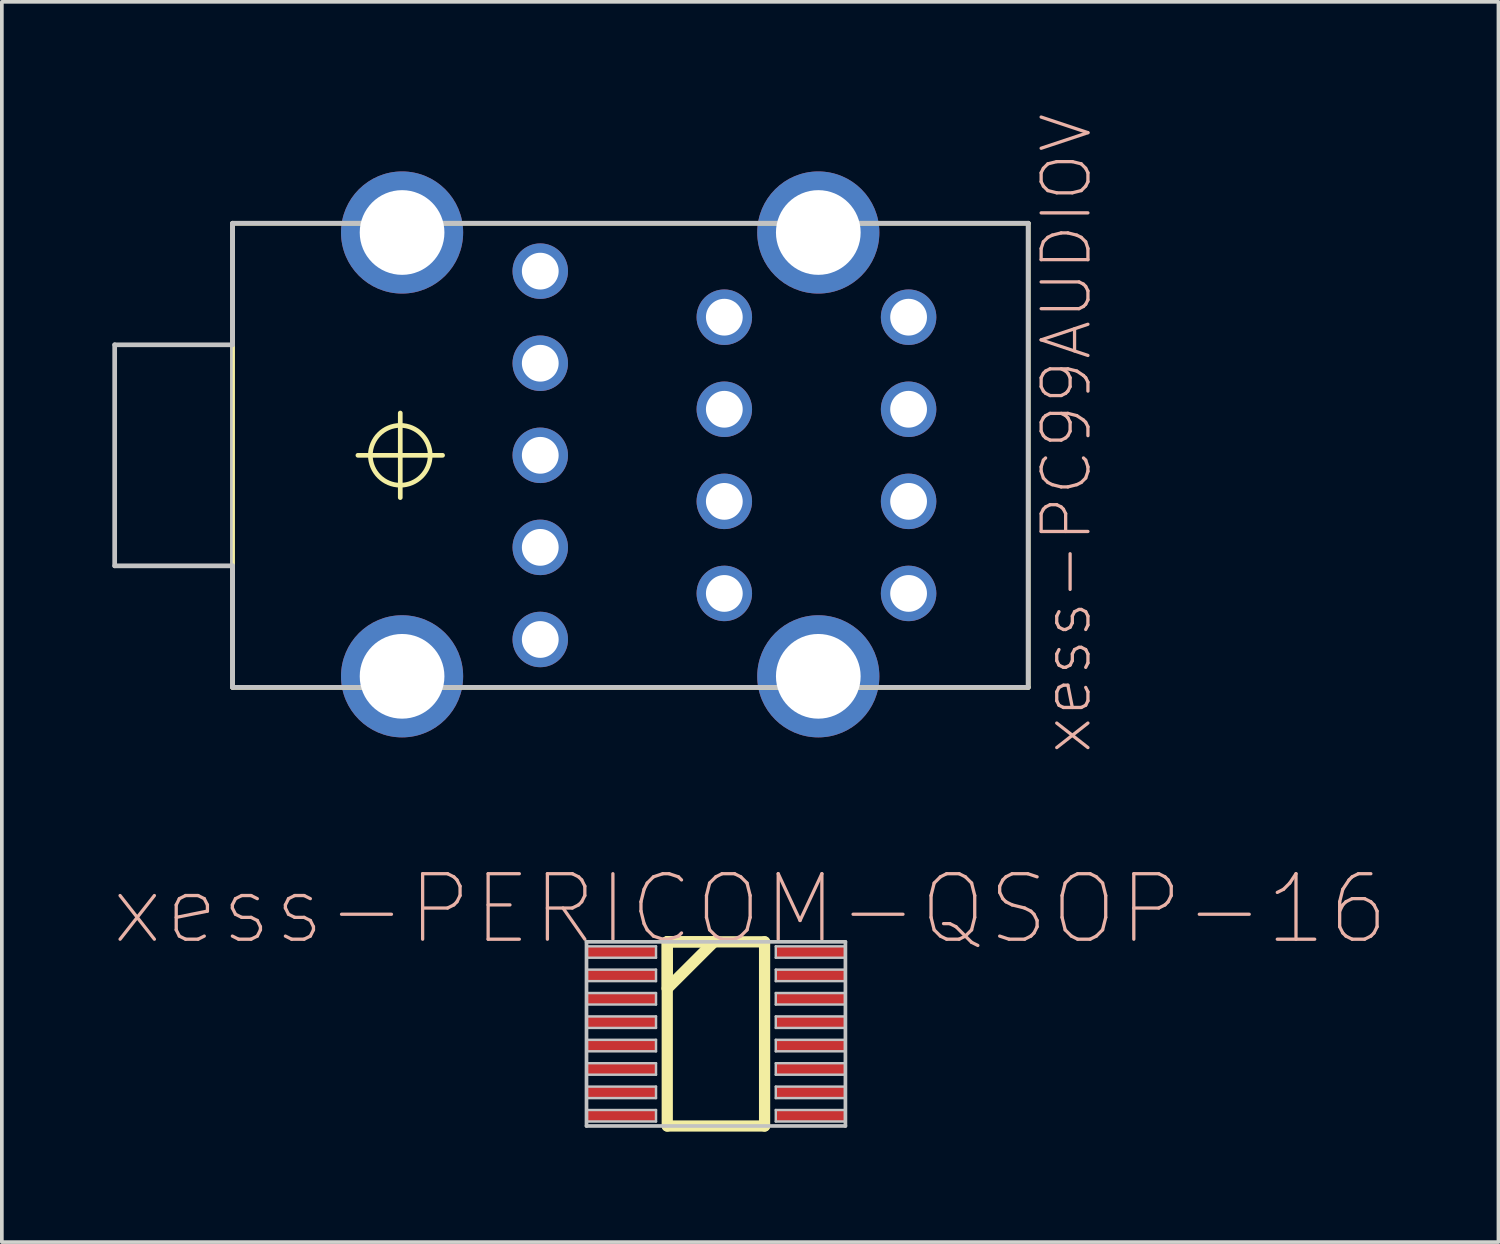
<source format=kicad_pcb>
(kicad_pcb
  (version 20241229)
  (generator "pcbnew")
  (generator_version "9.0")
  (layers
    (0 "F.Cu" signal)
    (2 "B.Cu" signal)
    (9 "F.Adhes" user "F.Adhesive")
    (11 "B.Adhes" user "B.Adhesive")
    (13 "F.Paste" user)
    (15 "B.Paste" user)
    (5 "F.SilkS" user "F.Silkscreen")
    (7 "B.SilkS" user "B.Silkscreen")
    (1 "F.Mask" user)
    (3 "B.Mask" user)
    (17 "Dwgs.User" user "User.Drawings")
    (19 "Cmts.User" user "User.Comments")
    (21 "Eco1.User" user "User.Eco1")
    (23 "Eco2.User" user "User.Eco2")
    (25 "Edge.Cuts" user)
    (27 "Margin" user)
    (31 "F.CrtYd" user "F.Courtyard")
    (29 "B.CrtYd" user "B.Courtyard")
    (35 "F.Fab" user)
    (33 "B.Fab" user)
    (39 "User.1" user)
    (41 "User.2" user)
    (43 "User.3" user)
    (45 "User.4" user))
  (footprint "xess-PERICOM-QSOP-16"
    (layer "F.Cu")
    (at 13.924 22.792)
    (property "Reference" "xess-PERICOM-QSOP-16" (at 3.388 -1.166 0) (layer "B.SilkS") (effects (font (size 1.778 1.778) (thickness 0.089))))
    (attr smd)
    (fp_line (start 1.138 -0.277) (end 1.138 0.991) (stroke (width 0.305) (type solid)) (layer "F.SilkS"))
    (fp_line (start 1.138 -0.277) (end 1.138 4.722) (stroke (width 0.305) (type solid)) (layer "F.SilkS"))
    (fp_line (start 1.138 0.991) (end 2.408 -0.277) (stroke (width 0.305) (type solid)) (layer "F.SilkS"))
    (fp_line (start 1.138 4.722) (end 3.78 4.722) (stroke (width 0.305) (type solid)) (layer "F.SilkS"))
    (fp_line (start 2.408 -0.277) (end 1.138 -0.277) (stroke (width 0.305) (type solid)) (layer "F.SilkS"))
    (fp_line (start 3.78 -0.277) (end 1.138 -0.277) (stroke (width 0.305) (type solid)) (layer "F.SilkS"))
    (fp_line (start 3.78 4.722) (end 3.78 -0.277) (stroke (width 0.305) (type solid)) (layer "F.SilkS"))
    (fp_line (start -1.054 -0.277) (end -1.054 4.722) (stroke (width 0.1) (type solid)) (layer "Dwgs.User"))
    (fp_line (start -1.054 -0.155) (end 0.833 -0.155) (stroke (width 0.066) (type solid)) (layer "Dwgs.User"))
    (fp_line (start -1.054 0.155) (end -1.054 -0.155) (stroke (width 0.066) (type solid)) (layer "Dwgs.User"))
    (fp_line (start -1.054 0.155) (end 0.833 0.155) (stroke (width 0.066) (type solid)) (layer "Dwgs.User"))
    (fp_line (start -1.054 0.478) (end 0.833 0.478) (stroke (width 0.066) (type solid)) (layer "Dwgs.User"))
    (fp_line (start -1.054 0.79) (end -1.054 0.478) (stroke (width 0.066) (type solid)) (layer "Dwgs.User"))
    (fp_line (start -1.054 0.79) (end 0.833 0.79) (stroke (width 0.066) (type solid)) (layer "Dwgs.User"))
    (fp_line (start -1.054 1.113) (end 0.833 1.113) (stroke (width 0.066) (type solid)) (layer "Dwgs.User"))
    (fp_line (start -1.054 1.425) (end -1.054 1.113) (stroke (width 0.066) (type solid)) (layer "Dwgs.User"))
    (fp_line (start -1.054 1.425) (end 0.833 1.425) (stroke (width 0.066) (type solid)) (layer "Dwgs.User"))
    (fp_line (start -1.054 1.748) (end 0.833 1.748) (stroke (width 0.066) (type solid)) (layer "Dwgs.User"))
    (fp_line (start -1.054 2.06) (end -1.054 1.748) (stroke (width 0.066) (type solid)) (layer "Dwgs.User"))
    (fp_line (start -1.054 2.06) (end 0.833 2.06) (stroke (width 0.066) (type solid)) (layer "Dwgs.User"))
    (fp_line (start -1.054 2.383) (end 0.833 2.383) (stroke (width 0.066) (type solid)) (layer "Dwgs.User"))
    (fp_line (start -1.054 2.695) (end -1.054 2.383) (stroke (width 0.066) (type solid)) (layer "Dwgs.User"))
    (fp_line (start -1.054 2.695) (end 0.833 2.695) (stroke (width 0.066) (type solid)) (layer "Dwgs.User"))
    (fp_line (start -1.054 3.018) (end 0.833 3.018) (stroke (width 0.066) (type solid)) (layer "Dwgs.User"))
    (fp_line (start -1.054 3.33) (end -1.054 3.018) (stroke (width 0.066) (type solid)) (layer "Dwgs.User"))
    (fp_line (start -1.054 3.33) (end 0.833 3.33) (stroke (width 0.066) (type solid)) (layer "Dwgs.User"))
    (fp_line (start -1.054 3.653) (end 0.833 3.653) (stroke (width 0.066) (type solid)) (layer "Dwgs.User"))
    (fp_line (start -1.054 3.965) (end -1.054 3.653) (stroke (width 0.066) (type solid)) (layer "Dwgs.User"))
    (fp_line (start -1.054 3.965) (end 0.833 3.965) (stroke (width 0.066) (type solid)) (layer "Dwgs.User"))
    (fp_line (start -1.054 4.288) (end 0.833 4.288) (stroke (width 0.066) (type solid)) (layer "Dwgs.User"))
    (fp_line (start -1.054 4.6) (end -1.054 4.288) (stroke (width 0.066) (type solid)) (layer "Dwgs.User"))
    (fp_line (start -1.054 4.6) (end 0.833 4.6) (stroke (width 0.066) (type solid)) (layer "Dwgs.User"))
    (fp_line (start -1.054 4.722) (end 5.974 4.722) (stroke (width 0.1) (type solid)) (layer "Dwgs.User"))
    (fp_line (start 0.833 0.155) (end 0.833 -0.155) (stroke (width 0.066) (type solid)) (layer "Dwgs.User"))
    (fp_line (start 0.833 0.79) (end 0.833 0.478) (stroke (width 0.066) (type solid)) (layer "Dwgs.User"))
    (fp_line (start 0.833 1.425) (end 0.833 1.113) (stroke (width 0.066) (type solid)) (layer "Dwgs.User"))
    (fp_line (start 0.833 2.06) (end 0.833 1.748) (stroke (width 0.066) (type solid)) (layer "Dwgs.User"))
    (fp_line (start 0.833 2.695) (end 0.833 2.383) (stroke (width 0.066) (type solid)) (layer "Dwgs.User"))
    (fp_line (start 0.833 3.33) (end 0.833 3.018) (stroke (width 0.066) (type solid)) (layer "Dwgs.User"))
    (fp_line (start 0.833 3.965) (end 0.833 3.653) (stroke (width 0.066) (type solid)) (layer "Dwgs.User"))
    (fp_line (start 0.833 4.6) (end 0.833 4.288) (stroke (width 0.066) (type solid)) (layer "Dwgs.User"))
    (fp_line (start 4.084 -0.155) (end 5.974 -0.155) (stroke (width 0.066) (type solid)) (layer "Dwgs.User"))
    (fp_line (start 4.084 0.155) (end 4.084 -0.155) (stroke (width 0.066) (type solid)) (layer "Dwgs.User"))
    (fp_line (start 4.084 0.155) (end 5.974 0.155) (stroke (width 0.066) (type solid)) (layer "Dwgs.User"))
    (fp_line (start 4.084 0.478) (end 5.974 0.478) (stroke (width 0.066) (type solid)) (layer "Dwgs.User"))
    (fp_line (start 4.084 0.79) (end 4.084 0.478) (stroke (width 0.066) (type solid)) (layer "Dwgs.User"))
    (fp_line (start 4.084 0.79) (end 5.974 0.79) (stroke (width 0.066) (type solid)) (layer "Dwgs.User"))
    (fp_line (start 4.084 1.113) (end 5.974 1.113) (stroke (width 0.066) (type solid)) (layer "Dwgs.User"))
    (fp_line (start 4.084 1.425) (end 4.084 1.113) (stroke (width 0.066) (type solid)) (layer "Dwgs.User"))
    (fp_line (start 4.084 1.425) (end 5.974 1.425) (stroke (width 0.066) (type solid)) (layer "Dwgs.User"))
    (fp_line (start 4.084 1.748) (end 5.974 1.748) (stroke (width 0.066) (type solid)) (layer "Dwgs.User"))
    (fp_line (start 4.084 2.06) (end 4.084 1.748) (stroke (width 0.066) (type solid)) (layer "Dwgs.User"))
    (fp_line (start 4.084 2.06) (end 5.974 2.06) (stroke (width 0.066) (type solid)) (layer "Dwgs.User"))
    (fp_line (start 4.084 2.383) (end 5.974 2.383) (stroke (width 0.066) (type solid)) (layer "Dwgs.User"))
    (fp_line (start 4.084 2.695) (end 4.084 2.383) (stroke (width 0.066) (type solid)) (layer "Dwgs.User"))
    (fp_line (start 4.084 2.695) (end 5.974 2.695) (stroke (width 0.066) (type solid)) (layer "Dwgs.User"))
    (fp_line (start 4.084 3.018) (end 5.974 3.018) (stroke (width 0.066) (type solid)) (layer "Dwgs.User"))
    (fp_line (start 4.084 3.33) (end 4.084 3.018) (stroke (width 0.066) (type solid)) (layer "Dwgs.User"))
    (fp_line (start 4.084 3.33) (end 5.974 3.33) (stroke (width 0.066) (type solid)) (layer "Dwgs.User"))
    (fp_line (start 4.084 3.653) (end 5.974 3.653) (stroke (width 0.066) (type solid)) (layer "Dwgs.User"))
    (fp_line (start 4.084 3.965) (end 4.084 3.653) (stroke (width 0.066) (type solid)) (layer "Dwgs.User"))
    (fp_line (start 4.084 3.965) (end 5.974 3.965) (stroke (width 0.066) (type solid)) (layer "Dwgs.User"))
    (fp_line (start 4.084 4.288) (end 5.974 4.288) (stroke (width 0.066) (type solid)) (layer "Dwgs.User"))
    (fp_line (start 4.084 4.6) (end 4.084 4.288) (stroke (width 0.066) (type solid)) (layer "Dwgs.User"))
    (fp_line (start 4.084 4.6) (end 5.974 4.6) (stroke (width 0.066) (type solid)) (layer "Dwgs.User"))
    (fp_line (start 5.974 -0.277) (end -1.054 -0.277) (stroke (width 0.1) (type solid)) (layer "Dwgs.User"))
    (fp_line (start 5.974 0.155) (end 5.974 -0.155) (stroke (width 0.066) (type solid)) (layer "Dwgs.User"))
    (fp_line (start 5.974 0.79) (end 5.974 0.478) (stroke (width 0.066) (type solid)) (layer "Dwgs.User"))
    (fp_line (start 5.974 1.425) (end 5.974 1.113) (stroke (width 0.066) (type solid)) (layer "Dwgs.User"))
    (fp_line (start 5.974 2.06) (end 5.974 1.748) (stroke (width 0.066) (type solid)) (layer "Dwgs.User"))
    (fp_line (start 5.974 2.695) (end 5.974 2.383) (stroke (width 0.066) (type solid)) (layer "Dwgs.User"))
    (fp_line (start 5.974 3.33) (end 5.974 3.018) (stroke (width 0.066) (type solid)) (layer "Dwgs.User"))
    (fp_line (start 5.974 3.965) (end 5.974 3.653) (stroke (width 0.066) (type solid)) (layer "Dwgs.User"))
    (fp_line (start 5.974 4.6) (end 5.974 4.288) (stroke (width 0.066) (type solid)) (layer "Dwgs.User"))
    (fp_line (start 5.974 4.722) (end 5.974 -0.277) (stroke (width 0.1) (type solid)) (layer "Dwgs.User"))
    (pad "1" smd rect (at -0.109 0) (size 1.89 0.31) (layers "F.Cu" "F.Mask" "F.Paste"))
    (pad "2" smd rect (at -0.109 0.635) (size 1.89 0.31) (layers "F.Cu" "F.Mask" "F.Paste"))
    (pad "3" smd rect (at -0.109 1.27) (size 1.89 0.31) (layers "F.Cu" "F.Mask" "F.Paste"))
    (pad "4" smd rect (at -0.109 1.905) (size 1.89 0.31) (layers "F.Cu" "F.Mask" "F.Paste"))
    (pad "5" smd rect (at -0.109 2.54) (size 1.89 0.31) (layers "F.Cu" "F.Mask" "F.Paste"))
    (pad "6" smd rect (at -0.109 3.175) (size 1.89 0.31) (layers "F.Cu" "F.Mask" "F.Paste"))
    (pad "7" smd rect (at -0.109 3.81) (size 1.89 0.31) (layers "F.Cu" "F.Mask" "F.Paste"))
    (pad "8" smd rect (at -0.109 4.445) (size 1.89 0.31) (layers "F.Cu" "F.Mask" "F.Paste"))
    (pad "9" smd rect (at 5.029 4.445) (size 1.89 0.31) (layers "F.Cu" "F.Mask" "F.Paste"))
    (pad "10" smd rect (at 5.029 3.81) (size 1.89 0.31) (layers "F.Cu" "F.Mask" "F.Paste"))
    (pad "11" smd rect (at 5.029 3.175) (size 1.89 0.31) (layers "F.Cu" "F.Mask" "F.Paste"))
    (pad "12" smd rect (at 5.029 2.54) (size 1.89 0.31) (layers "F.Cu" "F.Mask" "F.Paste"))
    (pad "13" smd rect (at 5.029 1.905) (size 1.89 0.31) (layers "F.Cu" "F.Mask" "F.Paste"))
    (pad "14" smd rect (at 5.029 1.27) (size 1.89 0.31) (layers "F.Cu" "F.Mask" "F.Paste"))
    (pad "15" smd rect (at 5.029 0.635) (size 1.89 0.31) (layers "F.Cu" "F.Mask" "F.Paste"))
    (pad "16" smd rect (at 5.029 0) (size 1.89 0.31) (layers "F.Cu" "F.Mask" "F.Paste")))
  (footprint "xess-PC99AUDIOV"
    (layer "F.Cu")
    (at 11.633 9.309)
    (property "Reference" "xess-PC99AUDIOV" (at 14.265 -0.594 90) (layer "B.SilkS") (effects (font (size 1.27 1.27) (thickness 0.089))))
    (attr exclude_from_pos_files exclude_from_bom)
    (fp_line (start -8.369 -6.299) (end 13.228 -6.299) (stroke (width 0.127) (type solid)) (layer "F.SilkS"))
    (fp_line (start -8.369 6.299) (end -8.369 -6.299) (stroke (width 0.127) (type solid)) (layer "F.SilkS"))
    (fp_line (start -4.968 0) (end -2.67 0) (stroke (width 0.127) (type solid)) (layer "F.SilkS"))
    (fp_line (start -3.818 1.148) (end -3.818 -1.148) (stroke (width 0.127) (type solid)) (layer "F.SilkS"))
    (fp_line (start 13.228 -6.299) (end 13.228 6.299) (stroke (width 0.127) (type solid)) (layer "F.SilkS"))
    (fp_line (start 13.228 6.299) (end -8.369 6.299) (stroke (width 0.127) (type solid)) (layer "F.SilkS"))
    (fp_circle (center -3.818 0) (end -4.392 0.574) (stroke (width 0.127) (type solid)) (fill no) (layer "F.SilkS"))
    (fp_line (start -11.57 -3) (end -11.57 3) (stroke (width 0.127) (type solid)) (layer "Dwgs.User"))
    (fp_line (start -11.57 3) (end -8.369 3) (stroke (width 0.127) (type solid)) (layer "Dwgs.User"))
    (fp_line (start -8.4 -6.299) (end 13.198 -6.299) (stroke (width 0.066) (type solid)) (layer "Dwgs.User"))
    (fp_line (start -8.4 6.299) (end -8.4 -6.299) (stroke (width 0.066) (type solid)) (layer "Dwgs.User"))
    (fp_line (start -8.4 6.299) (end 13.198 6.299) (stroke (width 0.066) (type solid)) (layer "Dwgs.User"))
    (fp_line (start -8.369 -6.299) (end -8.369 -3) (stroke (width 0.127) (type solid)) (layer "Dwgs.User"))
    (fp_line (start -8.369 -3) (end -11.57 -3) (stroke (width 0.127) (type solid)) (layer "Dwgs.User"))
    (fp_line (start -8.369 3) (end -8.369 6.299) (stroke (width 0.127) (type solid)) (layer "Dwgs.User"))
    (fp_line (start -8.369 6.299) (end 13.228 6.299) (stroke (width 0.127) (type solid)) (layer "Dwgs.User"))
    (fp_line (start 13.198 6.299) (end 13.198 -6.299) (stroke (width 0.066) (type solid)) (layer "Dwgs.User"))
    (fp_line (start 13.228 -6.299) (end -8.369 -6.299) (stroke (width 0.127) (type solid)) (layer "Dwgs.User"))
    (fp_line (start 13.228 6.299) (end 13.228 -6.299) (stroke (width 0.127) (type solid)) (layer "Dwgs.User"))
    (pad "1" thru_hole circle (at -0.018 0) (size 1.506 1.506) (drill 0.998) (layers "*.Cu" "*.Mask"))
    (pad "2" thru_hole circle (at -0.018 4.999) (size 1.506 1.506) (drill 0.998) (layers "*.Cu" "*.Mask"))
    (pad "3" thru_hole circle (at -0.018 2.499) (size 1.506 1.506) (drill 0.998) (layers "*.Cu" "*.Mask"))
    (pad "4" thru_hole circle (at -0.018 -2.499) (size 1.506 1.506) (drill 0.998) (layers "*.Cu" "*.Mask"))
    (pad "5" thru_hole circle (at -0.018 -4.999) (size 1.506 1.506) (drill 0.998) (layers "*.Cu" "*.Mask"))
    (pad "22" thru_hole circle (at 4.978 3.749) (size 1.506 1.506) (drill 0.998) (layers "*.Cu" "*.Mask"))
    (pad "23" thru_hole circle (at 4.978 1.25) (size 1.506 1.506) (drill 0.998) (layers "*.Cu" "*.Mask"))
    (pad "24" thru_hole circle (at 4.978 -1.25) (size 1.506 1.506) (drill 0.998) (layers "*.Cu" "*.Mask"))
    (pad "25" thru_hole circle (at 4.978 -3.749) (size 1.506 1.506) (drill 0.998) (layers "*.Cu" "*.Mask"))
    (pad "32" thru_hole circle (at 9.98 3.749) (size 1.506 1.506) (drill 0.998) (layers "*.Cu" "*.Mask"))
    (pad "33" thru_hole circle (at 9.98 1.25) (size 1.506 1.506) (drill 0.998) (layers "*.Cu" "*.Mask"))
    (pad "34" thru_hole circle (at 9.98 -1.25) (size 1.506 1.506) (drill 0.998) (layers "*.Cu" "*.Mask"))
    (pad "35" thru_hole circle (at 9.98 -3.749) (size 1.506 1.506) (drill 0.998) (layers "*.Cu" "*.Mask"))
    (pad "S1" thru_hole circle (at -3.769 -6.048) (size 3.315 3.315) (drill 2.299) (layers "*.Cu" "*.Mask"))
    (pad "S2" thru_hole circle (at 7.529 -6.048) (size 3.315 3.315) (drill 2.299) (layers "*.Cu" "*.Mask"))
    (pad "S3" thru_hole circle (at 7.529 5.999) (size 3.315 3.315) (drill 2.299) (layers "*.Cu" "*.Mask"))
    (pad "S4" thru_hole circle (at -3.769 5.999) (size 3.315 3.315) (drill 2.299) (layers "*.Cu" "*.Mask")))
  (gr_rect
    (start -3 -3)
    (end 37.624 30.666)
    (stroke (width 0.1) (type default))
    (fill no)
    (layer "Edge.Cuts")))
</source>
